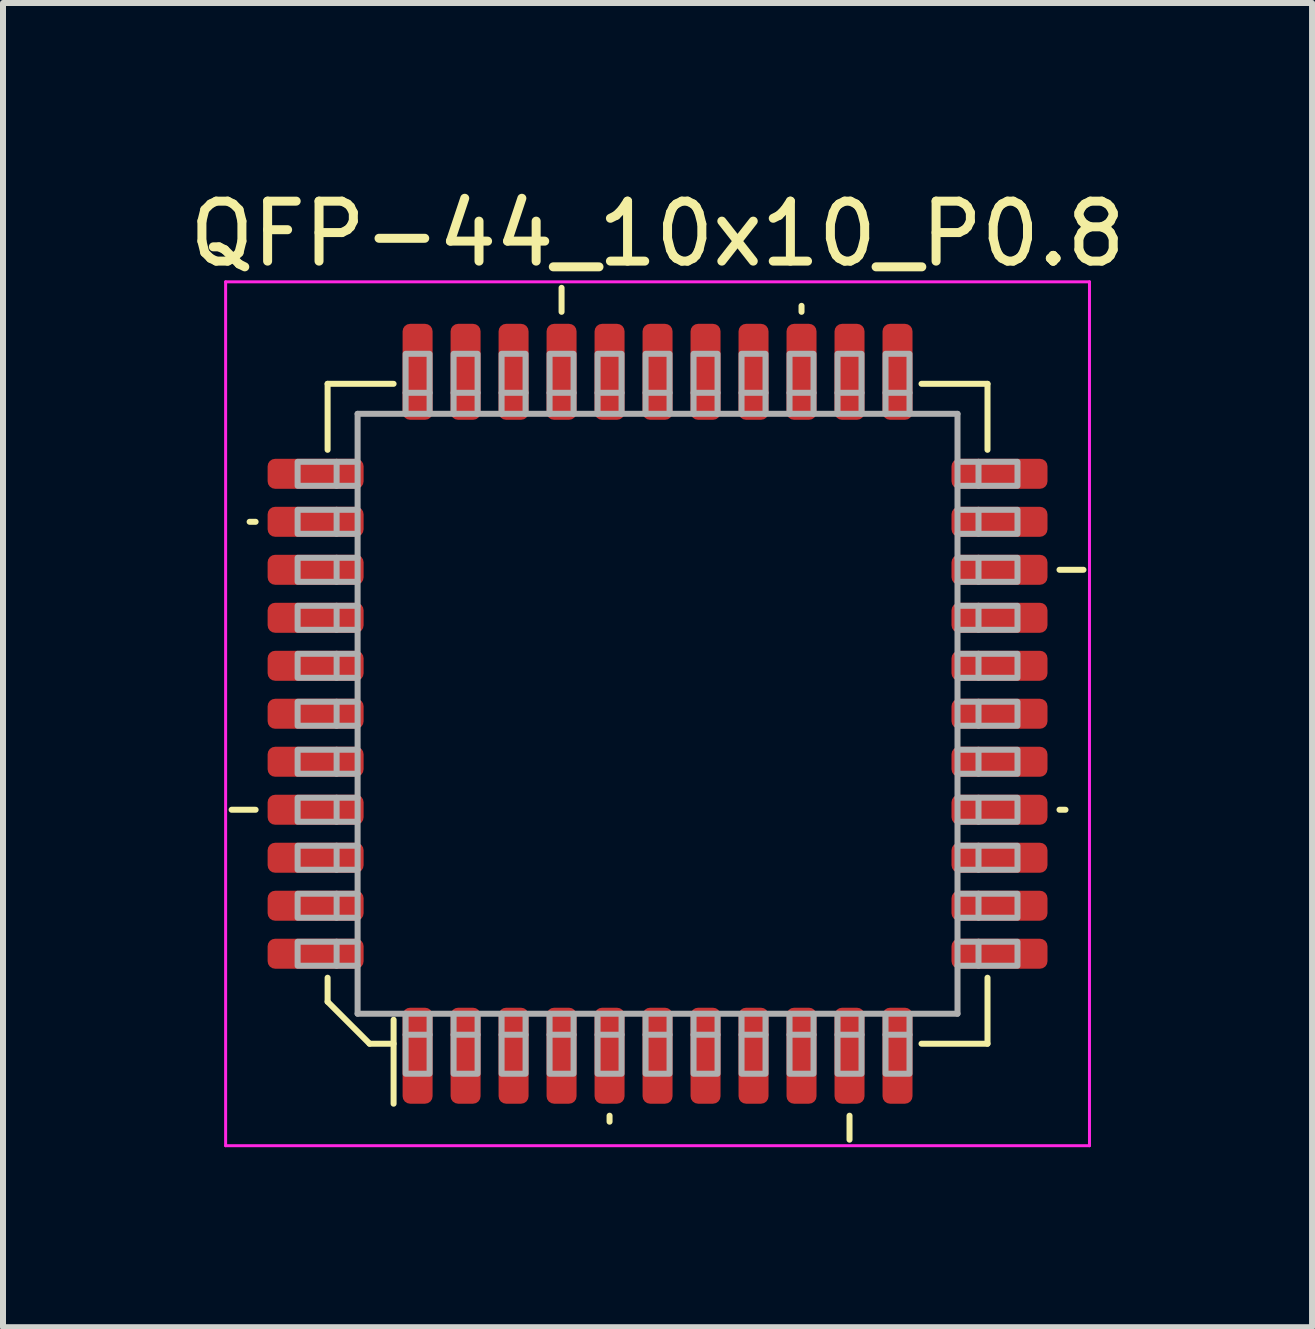
<source format=kicad_pcb>
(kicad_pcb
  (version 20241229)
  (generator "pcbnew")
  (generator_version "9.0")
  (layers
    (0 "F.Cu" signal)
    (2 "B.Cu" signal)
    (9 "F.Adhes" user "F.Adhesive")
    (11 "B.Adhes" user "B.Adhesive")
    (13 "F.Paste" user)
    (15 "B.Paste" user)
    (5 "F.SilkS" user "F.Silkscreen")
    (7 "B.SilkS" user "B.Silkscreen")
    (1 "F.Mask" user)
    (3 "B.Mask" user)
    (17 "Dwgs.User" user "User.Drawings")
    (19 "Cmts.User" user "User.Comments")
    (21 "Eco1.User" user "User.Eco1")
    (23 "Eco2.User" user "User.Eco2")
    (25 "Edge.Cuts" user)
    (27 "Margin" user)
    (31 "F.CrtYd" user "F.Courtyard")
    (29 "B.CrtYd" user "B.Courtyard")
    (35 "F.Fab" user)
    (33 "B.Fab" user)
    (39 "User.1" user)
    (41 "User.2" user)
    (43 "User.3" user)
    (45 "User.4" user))
  (footprint "QFP-44_10x10_P0.8"
    (layer "F.Cu")
    (at 7.911 8.848)
    (property "Reference" "QFP-44_10x10_P0.8" (at 0 -8 0) (layer "F.SilkS") (effects (font (size 1 1) (thickness 0.15))))
    (attr smd)
    (fp_line (start -6.7 -3.2) (end -6.8 -3.2) (stroke (width 0.1) (type solid)) (layer "F.SilkS"))
    (fp_line (start -6.7 1.6) (end -7.1 1.6) (stroke (width 0.1) (type solid)) (layer "F.SilkS"))
    (fp_line (start -5.5 -5.5) (end -5.5 -4.4) (stroke (width 0.1) (type solid)) (layer "F.SilkS"))
    (fp_line (start -5.5 -5.5) (end -4.4 -5.5) (stroke (width 0.1) (type solid)) (layer "F.SilkS"))
    (fp_line (start -5.5 4.8) (end -5.5 4.4) (stroke (width 0.1) (type solid)) (layer "F.SilkS"))
    (fp_line (start -5.5 4.8) (end -4.8 5.5) (stroke (width 0.1) (type solid)) (layer "F.SilkS"))
    (fp_line (start -4.8 5.5) (end -4.4 5.5) (stroke (width 0.1) (type solid)) (layer "F.SilkS"))
    (fp_line (start -4.4 5.1) (end -4.4 6.5) (stroke (width 0.1) (type solid)) (layer "F.SilkS"))
    (fp_line (start -1.6 -6.7) (end -1.6 -7.1) (stroke (width 0.1) (type solid)) (layer "F.SilkS"))
    (fp_line (start -0.8 6.7) (end -0.8 6.8) (stroke (width 0.1) (type solid)) (layer "F.SilkS"))
    (fp_line (start 2.4 -6.7) (end 2.4 -6.8) (stroke (width 0.1) (type solid)) (layer "F.SilkS"))
    (fp_line (start 3.2 6.7) (end 3.2 7.1) (stroke (width 0.1) (type solid)) (layer "F.SilkS"))
    (fp_line (start 5.5 -5.5) (end 4.4 -5.5) (stroke (width 0.1) (type solid)) (layer "F.SilkS"))
    (fp_line (start 5.5 -5.5) (end 5.5 -4.4) (stroke (width 0.1) (type solid)) (layer "F.SilkS"))
    (fp_line (start 5.5 5.5) (end 4.4 5.5) (stroke (width 0.1) (type solid)) (layer "F.SilkS"))
    (fp_line (start 5.5 5.5) (end 5.5 4.4) (stroke (width 0.1) (type solid)) (layer "F.SilkS"))
    (fp_line (start 6.7 -2.4) (end 7.1 -2.4) (stroke (width 0.1) (type solid)) (layer "F.SilkS"))
    (fp_line (start 6.7 1.6) (end 6.8 1.6) (stroke (width 0.1) (type solid)) (layer "F.SilkS"))
    (fp_line (start -7.2 -7.2) (end 7.2 -7.2) (stroke (width 0.05) (type solid)) (layer "F.CrtYd"))
    (fp_line (start -7.2 7.2) (end -7.2 -7.2) (stroke (width 0.05) (type solid)) (layer "F.CrtYd"))
    (fp_line (start -7.2 7.2) (end 7.2 7.2) (stroke (width 0.05) (type solid)) (layer "F.CrtYd"))
    (fp_line (start 7.2 7.2) (end 7.2 -7.2) (stroke (width 0.05) (type solid)) (layer "F.CrtYd"))
    (fp_line (start -5.35 -4.2) (end -5 -4.2) (stroke (width 0.1) (type solid)) (layer "F.Fab"))
    (fp_line (start -5.35 -3.8) (end -5 -3.8) (stroke (width 0.1) (type solid)) (layer "F.Fab"))
    (fp_line (start -5.35 -3.4) (end -5 -3.4) (stroke (width 0.1) (type solid)) (layer "F.Fab"))
    (fp_line (start -5.35 -3) (end -5 -3) (stroke (width 0.1) (type solid)) (layer "F.Fab"))
    (fp_line (start -5.35 -2.6) (end -5 -2.6) (stroke (width 0.1) (type solid)) (layer "F.Fab"))
    (fp_line (start -5.35 -2.2) (end -5 -2.2) (stroke (width 0.1) (type solid)) (layer "F.Fab"))
    (fp_line (start -5.35 -1.8) (end -5 -1.8) (stroke (width 0.1) (type solid)) (layer "F.Fab"))
    (fp_line (start -5.35 -1.4) (end -5 -1.4) (stroke (width 0.1) (type solid)) (layer "F.Fab"))
    (fp_line (start -5.35 -1) (end -5 -1) (stroke (width 0.1) (type solid)) (layer "F.Fab"))
    (fp_line (start -5.35 -0.6) (end -5 -0.6) (stroke (width 0.1) (type solid)) (layer "F.Fab"))
    (fp_line (start -5.35 -0.2) (end -5 -0.2) (stroke (width 0.1) (type solid)) (layer "F.Fab"))
    (fp_line (start -5.35 0.2) (end -5 0.2) (stroke (width 0.1) (type solid)) (layer "F.Fab"))
    (fp_line (start -5.35 0.6) (end -5 0.6) (stroke (width 0.1) (type solid)) (layer "F.Fab"))
    (fp_line (start -5.35 1) (end -5 1) (stroke (width 0.1) (type solid)) (layer "F.Fab"))
    (fp_line (start -5.35 1.4) (end -5 1.4) (stroke (width 0.1) (type solid)) (layer "F.Fab"))
    (fp_line (start -5.35 1.8) (end -5 1.8) (stroke (width 0.1) (type solid)) (layer "F.Fab"))
    (fp_line (start -5.35 2.2) (end -5 2.2) (stroke (width 0.1) (type solid)) (layer "F.Fab"))
    (fp_line (start -5.35 2.6) (end -5 2.6) (stroke (width 0.1) (type solid)) (layer "F.Fab"))
    (fp_line (start -5.35 3) (end -5 3) (stroke (width 0.1) (type solid)) (layer "F.Fab"))
    (fp_line (start -5.35 3.4) (end -5 3.4) (stroke (width 0.1) (type solid)) (layer "F.Fab"))
    (fp_line (start -5.35 3.8) (end -5 3.8) (stroke (width 0.1) (type solid)) (layer "F.Fab"))
    (fp_line (start -5.35 4.2) (end -5 4.2) (stroke (width 0.1) (type solid)) (layer "F.Fab"))
    (fp_line (start -5 -5) (end 5 -5) (stroke (width 0.1) (type solid)) (layer "F.Fab"))
    (fp_line (start -5 5) (end -5 -5) (stroke (width 0.1) (type solid)) (layer "F.Fab"))
    (fp_line (start -4.2 -5.35) (end -4.2 -5) (stroke (width 0.1) (type solid)) (layer "F.Fab"))
    (fp_line (start -4.2 5.35) (end -4.2 5) (stroke (width 0.1) (type solid)) (layer "F.Fab"))
    (fp_line (start -3.8 -5.35) (end -3.8 -5) (stroke (width 0.1) (type solid)) (layer "F.Fab"))
    (fp_line (start -3.8 5.35) (end -3.8 5) (stroke (width 0.1) (type solid)) (layer "F.Fab"))
    (fp_line (start -3.4 -5.35) (end -3.4 -5) (stroke (width 0.1) (type solid)) (layer "F.Fab"))
    (fp_line (start -3.4 5.35) (end -3.4 5) (stroke (width 0.1) (type solid)) (layer "F.Fab"))
    (fp_line (start -3 -5.35) (end -3 -5) (stroke (width 0.1) (type solid)) (layer "F.Fab"))
    (fp_line (start -3 5.35) (end -3 5) (stroke (width 0.1) (type solid)) (layer "F.Fab"))
    (fp_line (start -2.6 -5.35) (end -2.6 -5) (stroke (width 0.1) (type solid)) (layer "F.Fab"))
    (fp_line (start -2.6 5.35) (end -2.6 5) (stroke (width 0.1) (type solid)) (layer "F.Fab"))
    (fp_line (start -2.2 -5.35) (end -2.2 -5) (stroke (width 0.1) (type solid)) (layer "F.Fab"))
    (fp_line (start -2.2 5.35) (end -2.2 5) (stroke (width 0.1) (type solid)) (layer "F.Fab"))
    (fp_line (start -1.8 -5.35) (end -1.8 -5) (stroke (width 0.1) (type solid)) (layer "F.Fab"))
    (fp_line (start -1.8 5.35) (end -1.8 5) (stroke (width 0.1) (type solid)) (layer "F.Fab"))
    (fp_line (start -1.4 -5.35) (end -1.4 -5) (stroke (width 0.1) (type solid)) (layer "F.Fab"))
    (fp_line (start -1.4 5.35) (end -1.4 5) (stroke (width 0.1) (type solid)) (layer "F.Fab"))
    (fp_line (start -1 -5.35) (end -1 -5) (stroke (width 0.1) (type solid)) (layer "F.Fab"))
    (fp_line (start -1 5.35) (end -1 5) (stroke (width 0.1) (type solid)) (layer "F.Fab"))
    (fp_line (start -0.6 -5.35) (end -0.6 -5) (stroke (width 0.1) (type solid)) (layer "F.Fab"))
    (fp_line (start -0.6 5.35) (end -0.6 5) (stroke (width 0.1) (type solid)) (layer "F.Fab"))
    (fp_line (start -0.2 -5.35) (end -0.2 -5) (stroke (width 0.1) (type solid)) (layer "F.Fab"))
    (fp_line (start -0.2 5.35) (end -0.2 5) (stroke (width 0.1) (type solid)) (layer "F.Fab"))
    (fp_line (start 0.2 -5.35) (end 0.2 -5) (stroke (width 0.1) (type solid)) (layer "F.Fab"))
    (fp_line (start 0.2 5.35) (end 0.2 5) (stroke (width 0.1) (type solid)) (layer "F.Fab"))
    (fp_line (start 0.6 -5.35) (end 0.6 -5) (stroke (width 0.1) (type solid)) (layer "F.Fab"))
    (fp_line (start 0.6 5.35) (end 0.6 5) (stroke (width 0.1) (type solid)) (layer "F.Fab"))
    (fp_line (start 1 -5.35) (end 1 -5) (stroke (width 0.1) (type solid)) (layer "F.Fab"))
    (fp_line (start 1 5.35) (end 1 5) (stroke (width 0.1) (type solid)) (layer "F.Fab"))
    (fp_line (start 1.4 -5.35) (end 1.4 -5) (stroke (width 0.1) (type solid)) (layer "F.Fab"))
    (fp_line (start 1.4 5.35) (end 1.4 5) (stroke (width 0.1) (type solid)) (layer "F.Fab"))
    (fp_line (start 1.8 -5.35) (end 1.8 -5) (stroke (width 0.1) (type solid)) (layer "F.Fab"))
    (fp_line (start 1.8 5.35) (end 1.8 5) (stroke (width 0.1) (type solid)) (layer "F.Fab"))
    (fp_line (start 2.2 -5.35) (end 2.2 -5) (stroke (width 0.1) (type solid)) (layer "F.Fab"))
    (fp_line (start 2.2 5.35) (end 2.2 5) (stroke (width 0.1) (type solid)) (layer "F.Fab"))
    (fp_line (start 2.6 -5.35) (end 2.6 -5) (stroke (width 0.1) (type solid)) (layer "F.Fab"))
    (fp_line (start 2.6 5.35) (end 2.6 5) (stroke (width 0.1) (type solid)) (layer "F.Fab"))
    (fp_line (start 3 -5.35) (end 3 -5) (stroke (width 0.1) (type solid)) (layer "F.Fab"))
    (fp_line (start 3 5.35) (end 3 5) (stroke (width 0.1) (type solid)) (layer "F.Fab"))
    (fp_line (start 3.4 -5.35) (end 3.4 -5) (stroke (width 0.1) (type solid)) (layer "F.Fab"))
    (fp_line (start 3.4 5.35) (end 3.4 5) (stroke (width 0.1) (type solid)) (layer "F.Fab"))
    (fp_line (start 3.8 -5.35) (end 3.8 -5) (stroke (width 0.1) (type solid)) (layer "F.Fab"))
    (fp_line (start 3.8 5.35) (end 3.8 5) (stroke (width 0.1) (type solid)) (layer "F.Fab"))
    (fp_line (start 4.2 -5.35) (end 4.2 -5) (stroke (width 0.1) (type solid)) (layer "F.Fab"))
    (fp_line (start 4.2 5.35) (end 4.2 5) (stroke (width 0.1) (type solid)) (layer "F.Fab"))
    (fp_line (start 5 -5) (end 5 5) (stroke (width 0.1) (type solid)) (layer "F.Fab"))
    (fp_line (start 5 5) (end -5 5) (stroke (width 0.1) (type solid)) (layer "F.Fab"))
    (fp_line (start 5.35 -4.2) (end 5 -4.2) (stroke (width 0.1) (type solid)) (layer "F.Fab"))
    (fp_line (start 5.35 -3.8) (end 5 -3.8) (stroke (width 0.1) (type solid)) (layer "F.Fab"))
    (fp_line (start 5.35 -3.4) (end 5 -3.4) (stroke (width 0.1) (type solid)) (layer "F.Fab"))
    (fp_line (start 5.35 -3) (end 5 -3) (stroke (width 0.1) (type solid)) (layer "F.Fab"))
    (fp_line (start 5.35 -2.6) (end 5 -2.6) (stroke (width 0.1) (type solid)) (layer "F.Fab"))
    (fp_line (start 5.35 -2.2) (end 5 -2.2) (stroke (width 0.1) (type solid)) (layer "F.Fab"))
    (fp_line (start 5.35 -1.8) (end 5 -1.8) (stroke (width 0.1) (type solid)) (layer "F.Fab"))
    (fp_line (start 5.35 -1.4) (end 5 -1.4) (stroke (width 0.1) (type solid)) (layer "F.Fab"))
    (fp_line (start 5.35 -1) (end 5 -1) (stroke (width 0.1) (type solid)) (layer "F.Fab"))
    (fp_line (start 5.35 -0.6) (end 5 -0.6) (stroke (width 0.1) (type solid)) (layer "F.Fab"))
    (fp_line (start 5.35 -0.2) (end 5 -0.2) (stroke (width 0.1) (type solid)) (layer "F.Fab"))
    (fp_line (start 5.35 0.2) (end 5 0.2) (stroke (width 0.1) (type solid)) (layer "F.Fab"))
    (fp_line (start 5.35 0.6) (end 5 0.6) (stroke (width 0.1) (type solid)) (layer "F.Fab"))
    (fp_line (start 5.35 1) (end 5 1) (stroke (width 0.1) (type solid)) (layer "F.Fab"))
    (fp_line (start 5.35 1.4) (end 5 1.4) (stroke (width 0.1) (type solid)) (layer "F.Fab"))
    (fp_line (start 5.35 1.8) (end 5 1.8) (stroke (width 0.1) (type solid)) (layer "F.Fab"))
    (fp_line (start 5.35 2.2) (end 5 2.2) (stroke (width 0.1) (type solid)) (layer "F.Fab"))
    (fp_line (start 5.35 2.6) (end 5 2.6) (stroke (width 0.1) (type solid)) (layer "F.Fab"))
    (fp_line (start 5.35 3) (end 5 3) (stroke (width 0.1) (type solid)) (layer "F.Fab"))
    (fp_line (start 5.35 3.4) (end 5 3.4) (stroke (width 0.1) (type solid)) (layer "F.Fab"))
    (fp_line (start 5.35 3.8) (end 5 3.8) (stroke (width 0.1) (type solid)) (layer "F.Fab"))
    (fp_line (start 5.35 4.2) (end 5 4.2) (stroke (width 0.1) (type solid)) (layer "F.Fab"))
    (fp_poly (pts (xy -5.35 -3.8) (xy -6 -3.8) (xy -6 -4.2) (xy -5.35 -4.2)) (stroke (width 0.1) (type solid)) (fill no) (layer "F.Fab"))
    (fp_poly (pts (xy -5.35 -3) (xy -6 -3) (xy -6 -3.4) (xy -5.35 -3.4)) (stroke (width 0.1) (type solid)) (fill no) (layer "F.Fab"))
    (fp_poly (pts (xy -5.35 -2.2) (xy -6 -2.2) (xy -6 -2.6) (xy -5.35 -2.6)) (stroke (width 0.1) (type solid)) (fill no) (layer "F.Fab"))
    (fp_poly (pts (xy -5.35 -1.4) (xy -6 -1.4) (xy -6 -1.8) (xy -5.35 -1.8)) (stroke (width 0.1) (type solid)) (fill no) (layer "F.Fab"))
    (fp_poly (pts (xy -5.35 -0.6) (xy -6 -0.6) (xy -6 -1) (xy -5.35 -1)) (stroke (width 0.1) (type solid)) (fill no) (layer "F.Fab"))
    (fp_poly (pts (xy -5.35 0.2) (xy -6 0.2) (xy -6 -0.2) (xy -5.35 -0.2)) (stroke (width 0.1) (type solid)) (fill no) (layer "F.Fab"))
    (fp_poly (pts (xy -5.35 1) (xy -6 1) (xy -6 0.6) (xy -5.35 0.6)) (stroke (width 0.1) (type solid)) (fill no) (layer "F.Fab"))
    (fp_poly (pts (xy -5.35 1.8) (xy -6 1.8) (xy -6 1.4) (xy -5.35 1.4)) (stroke (width 0.1) (type solid)) (fill no) (layer "F.Fab"))
    (fp_poly (pts (xy -5.35 2.6) (xy -6 2.6) (xy -6 2.2) (xy -5.35 2.2)) (stroke (width 0.1) (type solid)) (fill no) (layer "F.Fab"))
    (fp_poly (pts (xy -5.35 3.4) (xy -6 3.4) (xy -6 3) (xy -5.35 3)) (stroke (width 0.1) (type solid)) (fill no) (layer "F.Fab"))
    (fp_poly (pts (xy -5.35 4.2) (xy -6 4.2) (xy -6 3.8) (xy -5.35 3.8)) (stroke (width 0.1) (type solid)) (fill no) (layer "F.Fab"))
    (fp_poly (pts (xy -4.2 -5.35) (xy -4.2 -6) (xy -3.8 -6) (xy -3.8 -5.35)) (stroke (width 0.1) (type solid)) (fill no) (layer "F.Fab"))
    (fp_poly (pts (xy -3.8 5.35) (xy -3.8 6) (xy -4.2 6) (xy -4.2 5.35)) (stroke (width 0.1) (type solid)) (fill no) (layer "F.Fab"))
    (fp_poly (pts (xy -3.4 -5.35) (xy -3.4 -6) (xy -3 -6) (xy -3 -5.35)) (stroke (width 0.1) (type solid)) (fill no) (layer "F.Fab"))
    (fp_poly (pts (xy -3 5.35) (xy -3 6) (xy -3.4 6) (xy -3.4 5.35)) (stroke (width 0.1) (type solid)) (fill no) (layer "F.Fab"))
    (fp_poly (pts (xy -2.6 -5.35) (xy -2.6 -6) (xy -2.2 -6) (xy -2.2 -5.35)) (stroke (width 0.1) (type solid)) (fill no) (layer "F.Fab"))
    (fp_poly (pts (xy -2.2 5.35) (xy -2.2 6) (xy -2.6 6) (xy -2.6 5.35)) (stroke (width 0.1) (type solid)) (fill no) (layer "F.Fab"))
    (fp_poly (pts (xy -1.8 -5.35) (xy -1.8 -6) (xy -1.4 -6) (xy -1.4 -5.35)) (stroke (width 0.1) (type solid)) (fill no) (layer "F.Fab"))
    (fp_poly (pts (xy -1.4 5.35) (xy -1.4 6) (xy -1.8 6) (xy -1.8 5.35)) (stroke (width 0.1) (type solid)) (fill no) (layer "F.Fab"))
    (fp_poly (pts (xy -1 -5.35) (xy -1 -6) (xy -0.6 -6) (xy -0.6 -5.35)) (stroke (width 0.1) (type solid)) (fill no) (layer "F.Fab"))
    (fp_poly (pts (xy -0.6 5.35) (xy -0.6 6) (xy -1 6) (xy -1 5.35)) (stroke (width 0.1) (type solid)) (fill no) (layer "F.Fab"))
    (fp_poly (pts (xy -0.2 -5.35) (xy -0.2 -6) (xy 0.2 -6) (xy 0.2 -5.35)) (stroke (width 0.1) (type solid)) (fill no) (layer "F.Fab"))
    (fp_poly (pts (xy 0.2 5.35) (xy 0.2 6) (xy -0.2 6) (xy -0.2 5.35)) (stroke (width 0.1) (type solid)) (fill no) (layer "F.Fab"))
    (fp_poly (pts (xy 0.6 -5.35) (xy 0.6 -6) (xy 1 -6) (xy 1 -5.35)) (stroke (width 0.1) (type solid)) (fill no) (layer "F.Fab"))
    (fp_poly (pts (xy 1 5.35) (xy 1 6) (xy 0.6 6) (xy 0.6 5.35)) (stroke (width 0.1) (type solid)) (fill no) (layer "F.Fab"))
    (fp_poly (pts (xy 1.4 -5.35) (xy 1.4 -6) (xy 1.8 -6) (xy 1.8 -5.35)) (stroke (width 0.1) (type solid)) (fill no) (layer "F.Fab"))
    (fp_poly (pts (xy 1.8 5.35) (xy 1.8 6) (xy 1.4 6) (xy 1.4 5.35)) (stroke (width 0.1) (type solid)) (fill no) (layer "F.Fab"))
    (fp_poly (pts (xy 2.2 -5.35) (xy 2.2 -6) (xy 2.6 -6) (xy 2.6 -5.35)) (stroke (width 0.1) (type solid)) (fill no) (layer "F.Fab"))
    (fp_poly (pts (xy 2.6 5.35) (xy 2.6 6) (xy 2.2 6) (xy 2.2 5.35)) (stroke (width 0.1) (type solid)) (fill no) (layer "F.Fab"))
    (fp_poly (pts (xy 3 -5.35) (xy 3 -6) (xy 3.4 -6) (xy 3.4 -5.35)) (stroke (width 0.1) (type solid)) (fill no) (layer "F.Fab"))
    (fp_poly (pts (xy 3.4 5.35) (xy 3.4 6) (xy 3 6) (xy 3 5.35)) (stroke (width 0.1) (type solid)) (fill no) (layer "F.Fab"))
    (fp_poly (pts (xy 3.8 -5.35) (xy 3.8 -6) (xy 4.2 -6) (xy 4.2 -5.35)) (stroke (width 0.1) (type solid)) (fill no) (layer "F.Fab"))
    (fp_poly (pts (xy 4.2 5.35) (xy 4.2 6) (xy 3.8 6) (xy 3.8 5.35)) (stroke (width 0.1) (type solid)) (fill no) (layer "F.Fab"))
    (fp_poly (pts (xy 5.35 -4.2) (xy 6 -4.2) (xy 6 -3.8) (xy 5.35 -3.8)) (stroke (width 0.1) (type solid)) (fill no) (layer "F.Fab"))
    (fp_poly (pts (xy 5.35 -3.4) (xy 6 -3.4) (xy 6 -3) (xy 5.35 -3)) (stroke (width 0.1) (type solid)) (fill no) (layer "F.Fab"))
    (fp_poly (pts (xy 5.35 -2.6) (xy 6 -2.6) (xy 6 -2.2) (xy 5.35 -2.2)) (stroke (width 0.1) (type solid)) (fill no) (layer "F.Fab"))
    (fp_poly (pts (xy 5.35 -1.8) (xy 6 -1.8) (xy 6 -1.4) (xy 5.35 -1.4)) (stroke (width 0.1) (type solid)) (fill no) (layer "F.Fab"))
    (fp_poly (pts (xy 5.35 -1) (xy 6 -1) (xy 6 -0.6) (xy 5.35 -0.6)) (stroke (width 0.1) (type solid)) (fill no) (layer "F.Fab"))
    (fp_poly (pts (xy 5.35 -0.2) (xy 6 -0.2) (xy 6 0.2) (xy 5.35 0.2)) (stroke (width 0.1) (type solid)) (fill no) (layer "F.Fab"))
    (fp_poly (pts (xy 5.35 0.6) (xy 6 0.6) (xy 6 1) (xy 5.35 1)) (stroke (width 0.1) (type solid)) (fill no) (layer "F.Fab"))
    (fp_poly (pts (xy 5.35 1.4) (xy 6 1.4) (xy 6 1.8) (xy 5.35 1.8)) (stroke (width 0.1) (type solid)) (fill no) (layer "F.Fab"))
    (fp_poly (pts (xy 5.35 2.2) (xy 6 2.2) (xy 6 2.6) (xy 5.35 2.6)) (stroke (width 0.1) (type solid)) (fill no) (layer "F.Fab"))
    (fp_poly (pts (xy 5.35 3) (xy 6 3) (xy 6 3.4) (xy 5.35 3.4)) (stroke (width 0.1) (type solid)) (fill no) (layer "F.Fab"))
    (fp_poly (pts (xy 5.35 3.8) (xy 6 3.8) (xy 6 4.2) (xy 5.35 4.2)) (stroke (width 0.1) (type solid)) (fill no) (layer "F.Fab"))
    (pad "1" smd roundrect (at -4 5.7 90) (size 1.6 0.5) (layers "F.Cu" "F.Mask" "F.Paste") (roundrect_rratio 0.25))
    (pad "2" smd roundrect (at -3.2 5.7 90) (size 1.6 0.5) (layers "F.Cu" "F.Mask" "F.Paste") (roundrect_rratio 0.25))
    (pad "3" smd roundrect (at -2.4 5.7 90) (size 1.6 0.5) (layers "F.Cu" "F.Mask" "F.Paste") (roundrect_rratio 0.25))
    (pad "4" smd roundrect (at -1.6 5.7 90) (size 1.6 0.5) (layers "F.Cu" "F.Mask" "F.Paste") (roundrect_rratio 0.25))
    (pad "5" smd roundrect (at -0.8 5.7 90) (size 1.6 0.5) (layers "F.Cu" "F.Mask" "F.Paste") (roundrect_rratio 0.25))
    (pad "6" smd roundrect (at 0 5.7 90) (size 1.6 0.5) (layers "F.Cu" "F.Mask" "F.Paste") (roundrect_rratio 0.25))
    (pad "7" smd roundrect (at 0.8 5.7 90) (size 1.6 0.5) (layers "F.Cu" "F.Mask" "F.Paste") (roundrect_rratio 0.25))
    (pad "8" smd roundrect (at 1.6 5.7 90) (size 1.6 0.5) (layers "F.Cu" "F.Mask" "F.Paste") (roundrect_rratio 0.25))
    (pad "9" smd roundrect (at 2.4 5.7 90) (size 1.6 0.5) (layers "F.Cu" "F.Mask" "F.Paste") (roundrect_rratio 0.25))
    (pad "10" smd roundrect (at 3.2 5.7 90) (size 1.6 0.5) (layers "F.Cu" "F.Mask" "F.Paste") (roundrect_rratio 0.25))
    (pad "11" smd roundrect (at 4 5.7 90) (size 1.6 0.5) (layers "F.Cu" "F.Mask" "F.Paste") (roundrect_rratio 0.25))
    (pad "12" smd roundrect (at 5.7 4 180) (size 1.6 0.5) (layers "F.Cu" "F.Mask" "F.Paste") (roundrect_rratio 0.25))
    (pad "13" smd roundrect (at 5.7 3.2 180) (size 1.6 0.5) (layers "F.Cu" "F.Mask" "F.Paste") (roundrect_rratio 0.25))
    (pad "14" smd roundrect (at 5.7 2.4 180) (size 1.6 0.5) (layers "F.Cu" "F.Mask" "F.Paste") (roundrect_rratio 0.25))
    (pad "15" smd roundrect (at 5.7 1.6 180) (size 1.6 0.5) (layers "F.Cu" "F.Mask" "F.Paste") (roundrect_rratio 0.25))
    (pad "16" smd roundrect (at 5.7 0.8 180) (size 1.6 0.5) (layers "F.Cu" "F.Mask" "F.Paste") (roundrect_rratio 0.25))
    (pad "17" smd roundrect (at 5.7 0 180) (size 1.6 0.5) (layers "F.Cu" "F.Mask" "F.Paste") (roundrect_rratio 0.25))
    (pad "18" smd roundrect (at 5.7 -0.8 180) (size 1.6 0.5) (layers "F.Cu" "F.Mask" "F.Paste") (roundrect_rratio 0.25))
    (pad "19" smd roundrect (at 5.7 -1.6 180) (size 1.6 0.5) (layers "F.Cu" "F.Mask" "F.Paste") (roundrect_rratio 0.25))
    (pad "20" smd roundrect (at 5.7 -2.4 180) (size 1.6 0.5) (layers "F.Cu" "F.Mask" "F.Paste") (roundrect_rratio 0.25))
    (pad "21" smd roundrect (at 5.7 -3.2 180) (size 1.6 0.5) (layers "F.Cu" "F.Mask" "F.Paste") (roundrect_rratio 0.25))
    (pad "22" smd roundrect (at 5.7 -4 180) (size 1.6 0.5) (layers "F.Cu" "F.Mask" "F.Paste") (roundrect_rratio 0.25))
    (pad "23" smd roundrect (at 4 -5.7 90) (size 1.6 0.5) (layers "F.Cu" "F.Mask" "F.Paste") (roundrect_rratio 0.25))
    (pad "24" smd roundrect (at 3.2 -5.7 90) (size 1.6 0.5) (layers "F.Cu" "F.Mask" "F.Paste") (roundrect_rratio 0.25))
    (pad "25" smd roundrect (at 2.4 -5.7 90) (size 1.6 0.5) (layers "F.Cu" "F.Mask" "F.Paste") (roundrect_rratio 0.25))
    (pad "26" smd roundrect (at 1.6 -5.7 90) (size 1.6 0.5) (layers "F.Cu" "F.Mask" "F.Paste") (roundrect_rratio 0.25))
    (pad "27" smd roundrect (at 0.8 -5.7 90) (size 1.6 0.5) (layers "F.Cu" "F.Mask" "F.Paste") (roundrect_rratio 0.25))
    (pad "28" smd roundrect (at 0 -5.7 90) (size 1.6 0.5) (layers "F.Cu" "F.Mask" "F.Paste") (roundrect_rratio 0.25))
    (pad "29" smd roundrect (at -0.8 -5.7 90) (size 1.6 0.5) (layers "F.Cu" "F.Mask" "F.Paste") (roundrect_rratio 0.25))
    (pad "30" smd roundrect (at -1.6 -5.7 90) (size 1.6 0.5) (layers "F.Cu" "F.Mask" "F.Paste") (roundrect_rratio 0.25))
    (pad "31" smd roundrect (at -2.4 -5.7 90) (size 1.6 0.5) (layers "F.Cu" "F.Mask" "F.Paste") (roundrect_rratio 0.25))
    (pad "32" smd roundrect (at -3.2 -5.7 90) (size 1.6 0.5) (layers "F.Cu" "F.Mask" "F.Paste") (roundrect_rratio 0.25))
    (pad "33" smd roundrect (at -4 -5.7 90) (size 1.6 0.5) (layers "F.Cu" "F.Mask" "F.Paste") (roundrect_rratio 0.25))
    (pad "34" smd roundrect (at -5.7 -4 180) (size 1.6 0.5) (layers "F.Cu" "F.Mask" "F.Paste") (roundrect_rratio 0.25))
    (pad "35" smd roundrect (at -5.7 -3.2 180) (size 1.6 0.5) (layers "F.Cu" "F.Mask" "F.Paste") (roundrect_rratio 0.25))
    (pad "36" smd roundrect (at -5.7 -2.4 180) (size 1.6 0.5) (layers "F.Cu" "F.Mask" "F.Paste") (roundrect_rratio 0.25))
    (pad "37" smd roundrect (at -5.7 -1.6 180) (size 1.6 0.5) (layers "F.Cu" "F.Mask" "F.Paste") (roundrect_rratio 0.25))
    (pad "38" smd roundrect (at -5.7 -0.8 180) (size 1.6 0.5) (layers "F.Cu" "F.Mask" "F.Paste") (roundrect_rratio 0.25))
    (pad "39" smd roundrect (at -5.7 0 180) (size 1.6 0.5) (layers "F.Cu" "F.Mask" "F.Paste") (roundrect_rratio 0.25))
    (pad "40" smd roundrect (at -5.7 0.8 180) (size 1.6 0.5) (layers "F.Cu" "F.Mask" "F.Paste") (roundrect_rratio 0.25))
    (pad "41" smd roundrect (at -5.7 1.6 180) (size 1.6 0.5) (layers "F.Cu" "F.Mask" "F.Paste") (roundrect_rratio 0.25))
    (pad "42" smd roundrect (at -5.7 2.4 180) (size 1.6 0.5) (layers "F.Cu" "F.Mask" "F.Paste") (roundrect_rratio 0.25))
    (pad "43" smd roundrect (at -5.7 3.2 180) (size 1.6 0.5) (layers "F.Cu" "F.Mask" "F.Paste") (roundrect_rratio 0.25))
    (pad "44" smd roundrect (at -5.7 4 180) (size 1.6 0.5) (layers "F.Cu" "F.Mask" "F.Paste") (roundrect_rratio 0.25)))
  (gr_rect
    (start -3 -3)
    (end 18.821 19.073)
    (stroke (width 0.1) (type default))
    (fill no)
    (layer "Edge.Cuts")))
</source>
